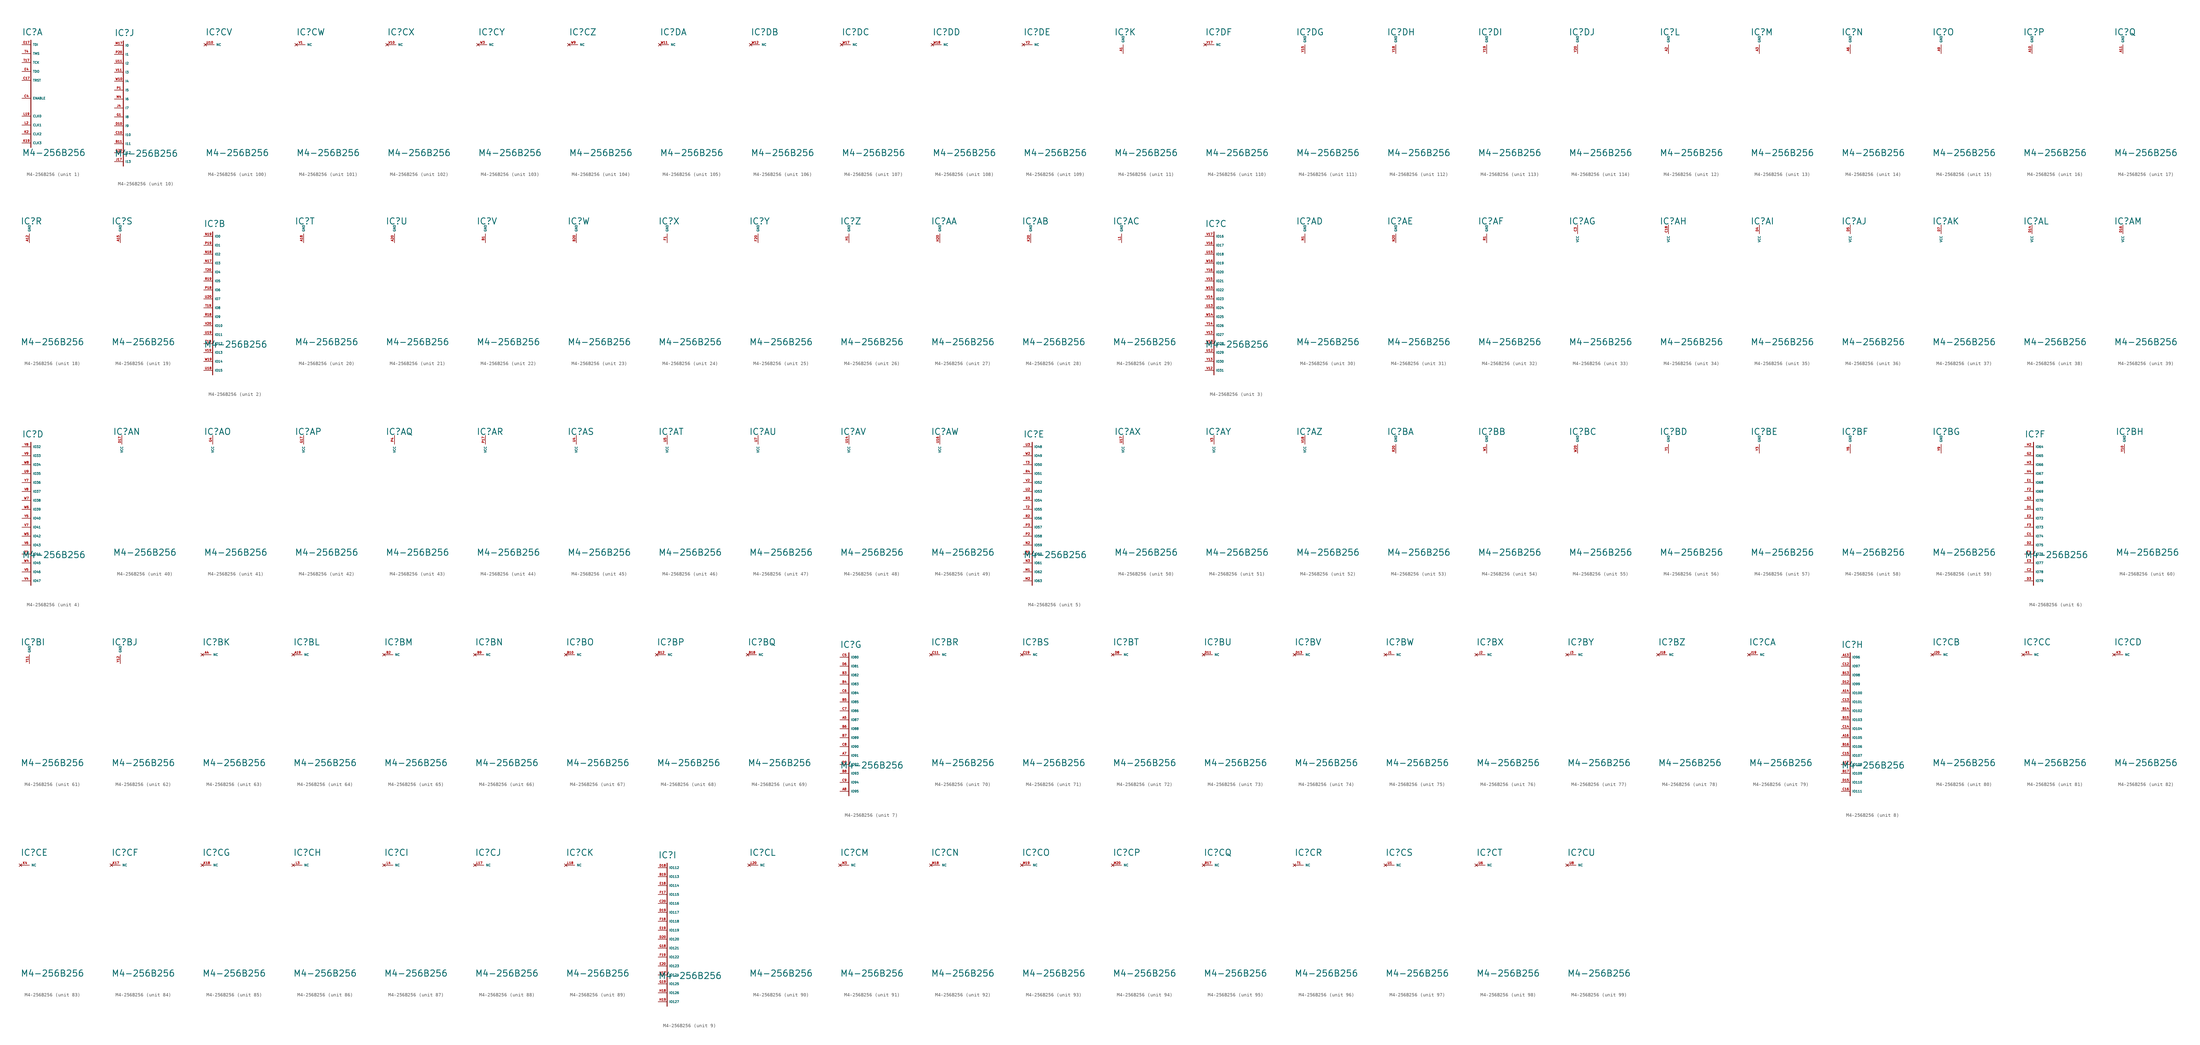
<source format=kicad_sym>
(kicad_symbol_lib
  (version 20220914)
  (generator Eagle2Kicad)
  (symbol "M4-256B256"
    (property "Reference" "IC"
      (at -2.54 2.54 0)
      (effects (font (size 1.778 1.778) (thickness 0.22)) (justify left bottom)))
    (property "Value" "M4-256B256"
      (at -2.54 -31.75 0)
      (effects (font (size 1.778 1.778) (thickness 0.22)) (justify left bottom)))
    (symbol "M4-256B256_1_0"
      (polyline (pts (xy 0 1.27) (xy 0 -29.21)) (stroke (width 0.254) (type default)) (fill (type none)))
      (pin input line (at -2.54 0 0) (length 2.54) (name "TDI" (effects (font (size 0.635 0.635) (thickness 0.08)) (justify left bottom))) (number "E17" (effects (font (size 0.635 0.635) (thickness 0.08)) (justify left bottom))))
      (pin input line (at -2.54 -2.54 0) (length 2.54) (name "TMS" (effects (font (size 0.635 0.635) (thickness 0.08)) (justify left bottom))) (number "T4" (effects (font (size 0.635 0.635) (thickness 0.08)) (justify left bottom))))
      (pin input line (at -2.54 -5.08 0) (length 2.54) (name "TCK" (effects (font (size 0.635 0.635) (thickness 0.08)) (justify left bottom))) (number "T17" (effects (font (size 0.635 0.635) (thickness 0.08)) (justify left bottom))))
      (pin input line (at -2.54 -7.62 0) (length 2.54) (name "TDO" (effects (font (size 0.635 0.635) (thickness 0.08)) (justify left bottom))) (number "E4" (effects (font (size 0.635 0.635) (thickness 0.08)) (justify left bottom))))
      (pin input line (at -2.54 -10.16 0) (length 2.54) (name "TRST" (effects (font (size 0.635 0.635) (thickness 0.08)) (justify left bottom))) (number "C17" (effects (font (size 0.635 0.635) (thickness 0.08)) (justify left bottom))))
      (pin input line (at -2.54 -15.24 0) (length 2.54) (name "ENABLE" (effects (font (size 0.635 0.635) (thickness 0.08)) (justify left bottom))) (number "C4" (effects (font (size 0.635 0.635) (thickness 0.08)) (justify left bottom))))
      (pin input line (at -2.54 -20.32 0) (length 2.54) (name "CLK0" (effects (font (size 0.635 0.635) (thickness 0.08)) (justify left bottom))) (number "L19" (effects (font (size 0.635 0.635) (thickness 0.08)) (justify left bottom))))
      (pin input line (at -2.54 -22.86 0) (length 2.54) (name "CLK1" (effects (font (size 0.635 0.635) (thickness 0.08)) (justify left bottom))) (number "L2" (effects (font (size 0.635 0.635) (thickness 0.08)) (justify left bottom))))
      (pin input line (at -2.54 -25.4 0) (length 2.54) (name "CLK2" (effects (font (size 0.635 0.635) (thickness 0.08)) (justify left bottom))) (number "K2" (effects (font (size 0.635 0.635) (thickness 0.08)) (justify left bottom))))
      (pin input line (at -2.54 -27.94 0) (length 2.54) (name "CLK3" (effects (font (size 0.635 0.635) (thickness 0.08)) (justify left bottom))) (number "K19" (effects (font (size 0.635 0.635) (thickness 0.08)) (justify left bottom)))))
    (symbol "M4-256B256_2_0"
      (polyline (pts (xy 0 1.27) (xy 0 -39.37)) (stroke (width 0.254) (type default)) (fill (type none)))
      (pin bidirectional line (at -2.54 0 0) (length 2.54) (name "IO0" (effects (font (size 0.635 0.635) (thickness 0.08)) (justify left bottom))) (number "N19" (effects (font (size 0.635 0.635) (thickness 0.08)) (justify left bottom))))
      (pin bidirectional line (at -2.54 -2.54 0) (length 2.54) (name "IO1" (effects (font (size 0.635 0.635) (thickness 0.08)) (justify left bottom))) (number "P19" (effects (font (size 0.635 0.635) (thickness 0.08)) (justify left bottom))))
      (pin bidirectional line (at -2.54 -5.08 0) (length 2.54) (name "IO2" (effects (font (size 0.635 0.635) (thickness 0.08)) (justify left bottom))) (number "N18" (effects (font (size 0.635 0.635) (thickness 0.08)) (justify left bottom))))
      (pin bidirectional line (at -2.54 -7.62 0) (length 2.54) (name "IO3" (effects (font (size 0.635 0.635) (thickness 0.08)) (justify left bottom))) (number "N17" (effects (font (size 0.635 0.635) (thickness 0.08)) (justify left bottom))))
      (pin bidirectional line (at -2.54 -10.16 0) (length 2.54) (name "IO4" (effects (font (size 0.635 0.635) (thickness 0.08)) (justify left bottom))) (number "T20" (effects (font (size 0.635 0.635) (thickness 0.08)) (justify left bottom))))
      (pin bidirectional line (at -2.54 -12.7 0) (length 2.54) (name "IO5" (effects (font (size 0.635 0.635) (thickness 0.08)) (justify left bottom))) (number "R19" (effects (font (size 0.635 0.635) (thickness 0.08)) (justify left bottom))))
      (pin bidirectional line (at -2.54 -15.24 0) (length 2.54) (name "IO6" (effects (font (size 0.635 0.635) (thickness 0.08)) (justify left bottom))) (number "P18" (effects (font (size 0.635 0.635) (thickness 0.08)) (justify left bottom))))
      (pin bidirectional line (at -2.54 -17.78 0) (length 2.54) (name "IO7" (effects (font (size 0.635 0.635) (thickness 0.08)) (justify left bottom))) (number "U20" (effects (font (size 0.635 0.635) (thickness 0.08)) (justify left bottom))))
      (pin bidirectional line (at -2.54 -20.32 0) (length 2.54) (name "IO8" (effects (font (size 0.635 0.635) (thickness 0.08)) (justify left bottom))) (number "T19" (effects (font (size 0.635 0.635) (thickness 0.08)) (justify left bottom))))
      (pin bidirectional line (at -2.54 -22.86 0) (length 2.54) (name "IO9" (effects (font (size 0.635 0.635) (thickness 0.08)) (justify left bottom))) (number "R18" (effects (font (size 0.635 0.635) (thickness 0.08)) (justify left bottom))))
      (pin bidirectional line (at -2.54 -25.4 0) (length 2.54) (name "IO10" (effects (font (size 0.635 0.635) (thickness 0.08)) (justify left bottom))) (number "V20" (effects (font (size 0.635 0.635) (thickness 0.08)) (justify left bottom))))
      (pin bidirectional line (at -2.54 -27.94 0) (length 2.54) (name "IO11" (effects (font (size 0.635 0.635) (thickness 0.08)) (justify left bottom))) (number "U19" (effects (font (size 0.635 0.635) (thickness 0.08)) (justify left bottom))))
      (pin bidirectional line (at -2.54 -30.48 0) (length 2.54) (name "IO12" (effects (font (size 0.635 0.635) (thickness 0.08)) (justify left bottom))) (number "T18" (effects (font (size 0.635 0.635) (thickness 0.08)) (justify left bottom))))
      (pin bidirectional line (at -2.54 -33.02 0) (length 2.54) (name "IO13" (effects (font (size 0.635 0.635) (thickness 0.08)) (justify left bottom))) (number "V19" (effects (font (size 0.635 0.635) (thickness 0.08)) (justify left bottom))))
      (pin bidirectional line (at -2.54 -35.56 0) (length 2.54) (name "IO14" (effects (font (size 0.635 0.635) (thickness 0.08)) (justify left bottom))) (number "W19" (effects (font (size 0.635 0.635) (thickness 0.08)) (justify left bottom))))
      (pin bidirectional line (at -2.54 -38.1 0) (length 2.54) (name "IO15" (effects (font (size 0.635 0.635) (thickness 0.08)) (justify left bottom))) (number "U18" (effects (font (size 0.635 0.635) (thickness 0.08)) (justify left bottom)))))
    (symbol "M4-256B256_3_0"
      (polyline (pts (xy 0 1.27) (xy 0 -39.37)) (stroke (width 0.254) (type default)) (fill (type none)))
      (pin bidirectional line (at -2.54 0 0) (length 2.54) (name "IO16" (effects (font (size 0.635 0.635) (thickness 0.08)) (justify left bottom))) (number "V17" (effects (font (size 0.635 0.635) (thickness 0.08)) (justify left bottom))))
      (pin bidirectional line (at -2.54 -2.54 0) (length 2.54) (name "IO17" (effects (font (size 0.635 0.635) (thickness 0.08)) (justify left bottom))) (number "V16" (effects (font (size 0.635 0.635) (thickness 0.08)) (justify left bottom))))
      (pin bidirectional line (at -2.54 -5.08 0) (length 2.54) (name "IO18" (effects (font (size 0.635 0.635) (thickness 0.08)) (justify left bottom))) (number "U15" (effects (font (size 0.635 0.635) (thickness 0.08)) (justify left bottom))))
      (pin bidirectional line (at -2.54 -7.62 0) (length 2.54) (name "IO19" (effects (font (size 0.635 0.635) (thickness 0.08)) (justify left bottom))) (number "W16" (effects (font (size 0.635 0.635) (thickness 0.08)) (justify left bottom))))
      (pin bidirectional line (at -2.54 -10.16 0) (length 2.54) (name "IO20" (effects (font (size 0.635 0.635) (thickness 0.08)) (justify left bottom))) (number "Y16" (effects (font (size 0.635 0.635) (thickness 0.08)) (justify left bottom))))
      (pin bidirectional line (at -2.54 -12.7 0) (length 2.54) (name "IO21" (effects (font (size 0.635 0.635) (thickness 0.08)) (justify left bottom))) (number "V15" (effects (font (size 0.635 0.635) (thickness 0.08)) (justify left bottom))))
      (pin bidirectional line (at -2.54 -15.24 0) (length 2.54) (name "IO22" (effects (font (size 0.635 0.635) (thickness 0.08)) (justify left bottom))) (number "W15" (effects (font (size 0.635 0.635) (thickness 0.08)) (justify left bottom))))
      (pin bidirectional line (at -2.54 -17.78 0) (length 2.54) (name "IO23" (effects (font (size 0.635 0.635) (thickness 0.08)) (justify left bottom))) (number "V14" (effects (font (size 0.635 0.635) (thickness 0.08)) (justify left bottom))))
      (pin bidirectional line (at -2.54 -20.32 0) (length 2.54) (name "IO24" (effects (font (size 0.635 0.635) (thickness 0.08)) (justify left bottom))) (number "U13" (effects (font (size 0.635 0.635) (thickness 0.08)) (justify left bottom))))
      (pin bidirectional line (at -2.54 -22.86 0) (length 2.54) (name "IO25" (effects (font (size 0.635 0.635) (thickness 0.08)) (justify left bottom))) (number "W14" (effects (font (size 0.635 0.635) (thickness 0.08)) (justify left bottom))))
      (pin bidirectional line (at -2.54 -25.4 0) (length 2.54) (name "IO26" (effects (font (size 0.635 0.635) (thickness 0.08)) (justify left bottom))) (number "Y14" (effects (font (size 0.635 0.635) (thickness 0.08)) (justify left bottom))))
      (pin bidirectional line (at -2.54 -27.94 0) (length 2.54) (name "IO27" (effects (font (size 0.635 0.635) (thickness 0.08)) (justify left bottom))) (number "V13" (effects (font (size 0.635 0.635) (thickness 0.08)) (justify left bottom))))
      (pin bidirectional line (at -2.54 -30.48 0) (length 2.54) (name "IO28" (effects (font (size 0.635 0.635) (thickness 0.08)) (justify left bottom))) (number "W13" (effects (font (size 0.635 0.635) (thickness 0.08)) (justify left bottom))))
      (pin bidirectional line (at -2.54 -33.02 0) (length 2.54) (name "IO29" (effects (font (size 0.635 0.635) (thickness 0.08)) (justify left bottom))) (number "U12" (effects (font (size 0.635 0.635) (thickness 0.08)) (justify left bottom))))
      (pin bidirectional line (at -2.54 -35.56 0) (length 2.54) (name "IO30" (effects (font (size 0.635 0.635) (thickness 0.08)) (justify left bottom))) (number "Y13" (effects (font (size 0.635 0.635) (thickness 0.08)) (justify left bottom))))
      (pin bidirectional line (at -2.54 -38.1 0) (length 2.54) (name "IO31" (effects (font (size 0.635 0.635) (thickness 0.08)) (justify left bottom))) (number "V12" (effects (font (size 0.635 0.635) (thickness 0.08)) (justify left bottom)))))
    (symbol "M4-256B256_4_0"
      (polyline (pts (xy 0 1.27) (xy 0 -39.37)) (stroke (width 0.254) (type default)) (fill (type none)))
      (pin bidirectional line (at -2.54 0 0) (length 2.54) (name "IO32" (effects (font (size 0.635 0.635) (thickness 0.08)) (justify left bottom))) (number "Y8" (effects (font (size 0.635 0.635) (thickness 0.08)) (justify left bottom))))
      (pin bidirectional line (at -2.54 -2.54 0) (length 2.54) (name "IO33" (effects (font (size 0.635 0.635) (thickness 0.08)) (justify left bottom))) (number "V9" (effects (font (size 0.635 0.635) (thickness 0.08)) (justify left bottom))))
      (pin bidirectional line (at -2.54 -5.08 0) (length 2.54) (name "IO34" (effects (font (size 0.635 0.635) (thickness 0.08)) (justify left bottom))) (number "W8" (effects (font (size 0.635 0.635) (thickness 0.08)) (justify left bottom))))
      (pin bidirectional line (at -2.54 -7.62 0) (length 2.54) (name "IO35" (effects (font (size 0.635 0.635) (thickness 0.08)) (justify left bottom))) (number "U9" (effects (font (size 0.635 0.635) (thickness 0.08)) (justify left bottom))))
      (pin bidirectional line (at -2.54 -10.16 0) (length 2.54) (name "IO36" (effects (font (size 0.635 0.635) (thickness 0.08)) (justify left bottom))) (number "Y7" (effects (font (size 0.635 0.635) (thickness 0.08)) (justify left bottom))))
      (pin bidirectional line (at -2.54 -12.7 0) (length 2.54) (name "IO37" (effects (font (size 0.635 0.635) (thickness 0.08)) (justify left bottom))) (number "V8" (effects (font (size 0.635 0.635) (thickness 0.08)) (justify left bottom))))
      (pin bidirectional line (at -2.54 -15.24 0) (length 2.54) (name "IO38" (effects (font (size 0.635 0.635) (thickness 0.08)) (justify left bottom))) (number "W7" (effects (font (size 0.635 0.635) (thickness 0.08)) (justify left bottom))))
      (pin bidirectional line (at -2.54 -17.78 0) (length 2.54) (name "IO39" (effects (font (size 0.635 0.635) (thickness 0.08)) (justify left bottom))) (number "W6" (effects (font (size 0.635 0.635) (thickness 0.08)) (justify left bottom))))
      (pin bidirectional line (at -2.54 -20.32 0) (length 2.54) (name "IO40" (effects (font (size 0.635 0.635) (thickness 0.08)) (justify left bottom))) (number "Y5" (effects (font (size 0.635 0.635) (thickness 0.08)) (justify left bottom))))
      (pin bidirectional line (at -2.54 -22.86 0) (length 2.54) (name "IO41" (effects (font (size 0.635 0.635) (thickness 0.08)) (justify left bottom))) (number "V7" (effects (font (size 0.635 0.635) (thickness 0.08)) (justify left bottom))))
      (pin bidirectional line (at -2.54 -25.4 0) (length 2.54) (name "IO42" (effects (font (size 0.635 0.635) (thickness 0.08)) (justify left bottom))) (number "W5" (effects (font (size 0.635 0.635) (thickness 0.08)) (justify left bottom))))
      (pin bidirectional line (at -2.54 -27.94 0) (length 2.54) (name "IO43" (effects (font (size 0.635 0.635) (thickness 0.08)) (justify left bottom))) (number "V6" (effects (font (size 0.635 0.635) (thickness 0.08)) (justify left bottom))))
      (pin bidirectional line (at -2.54 -30.48 0) (length 2.54) (name "IO44" (effects (font (size 0.635 0.635) (thickness 0.08)) (justify left bottom))) (number "Y4" (effects (font (size 0.635 0.635) (thickness 0.08)) (justify left bottom))))
      (pin bidirectional line (at -2.54 -33.02 0) (length 2.54) (name "IO45" (effects (font (size 0.635 0.635) (thickness 0.08)) (justify left bottom))) (number "W4" (effects (font (size 0.635 0.635) (thickness 0.08)) (justify left bottom))))
      (pin bidirectional line (at -2.54 -35.56 0) (length 2.54) (name "IO46" (effects (font (size 0.635 0.635) (thickness 0.08)) (justify left bottom))) (number "V5" (effects (font (size 0.635 0.635) (thickness 0.08)) (justify left bottom))))
      (pin bidirectional line (at -2.54 -38.1 0) (length 2.54) (name "IO47" (effects (font (size 0.635 0.635) (thickness 0.08)) (justify left bottom))) (number "V4" (effects (font (size 0.635 0.635) (thickness 0.08)) (justify left bottom)))))
    (symbol "M4-256B256_5_0"
      (polyline (pts (xy 0 1.27) (xy 0 -39.37)) (stroke (width 0.254) (type default)) (fill (type none)))
      (pin bidirectional line (at -2.54 0 0) (length 2.54) (name "IO48" (effects (font (size 0.635 0.635) (thickness 0.08)) (justify left bottom))) (number "U3" (effects (font (size 0.635 0.635) (thickness 0.08)) (justify left bottom))))
      (pin bidirectional line (at -2.54 -2.54 0) (length 2.54) (name "IO49" (effects (font (size 0.635 0.635) (thickness 0.08)) (justify left bottom))) (number "W2" (effects (font (size 0.635 0.635) (thickness 0.08)) (justify left bottom))))
      (pin bidirectional line (at -2.54 -5.08 0) (length 2.54) (name "IO50" (effects (font (size 0.635 0.635) (thickness 0.08)) (justify left bottom))) (number "T3" (effects (font (size 0.635 0.635) (thickness 0.08)) (justify left bottom))))
      (pin bidirectional line (at -2.54 -7.62 0) (length 2.54) (name "IO51" (effects (font (size 0.635 0.635) (thickness 0.08)) (justify left bottom))) (number "R4" (effects (font (size 0.635 0.635) (thickness 0.08)) (justify left bottom))))
      (pin bidirectional line (at -2.54 -10.16 0) (length 2.54) (name "IO52" (effects (font (size 0.635 0.635) (thickness 0.08)) (justify left bottom))) (number "V2" (effects (font (size 0.635 0.635) (thickness 0.08)) (justify left bottom))))
      (pin bidirectional line (at -2.54 -12.7 0) (length 2.54) (name "IO53" (effects (font (size 0.635 0.635) (thickness 0.08)) (justify left bottom))) (number "U2" (effects (font (size 0.635 0.635) (thickness 0.08)) (justify left bottom))))
      (pin bidirectional line (at -2.54 -15.24 0) (length 2.54) (name "IO54" (effects (font (size 0.635 0.635) (thickness 0.08)) (justify left bottom))) (number "R3" (effects (font (size 0.635 0.635) (thickness 0.08)) (justify left bottom))))
      (pin bidirectional line (at -2.54 -17.78 0) (length 2.54) (name "IO55" (effects (font (size 0.635 0.635) (thickness 0.08)) (justify left bottom))) (number "T2" (effects (font (size 0.635 0.635) (thickness 0.08)) (justify left bottom))))
      (pin bidirectional line (at -2.54 -20.32 0) (length 2.54) (name "IO56" (effects (font (size 0.635 0.635) (thickness 0.08)) (justify left bottom))) (number "R2" (effects (font (size 0.635 0.635) (thickness 0.08)) (justify left bottom))))
      (pin bidirectional line (at -2.54 -22.86 0) (length 2.54) (name "IO57" (effects (font (size 0.635 0.635) (thickness 0.08)) (justify left bottom))) (number "P3" (effects (font (size 0.635 0.635) (thickness 0.08)) (justify left bottom))))
      (pin bidirectional line (at -2.54 -25.4 0) (length 2.54) (name "IO58" (effects (font (size 0.635 0.635) (thickness 0.08)) (justify left bottom))) (number "P2" (effects (font (size 0.635 0.635) (thickness 0.08)) (justify left bottom))))
      (pin bidirectional line (at -2.54 -27.94 0) (length 2.54) (name "IO59" (effects (font (size 0.635 0.635) (thickness 0.08)) (justify left bottom))) (number "N2" (effects (font (size 0.635 0.635) (thickness 0.08)) (justify left bottom))))
      (pin bidirectional line (at -2.54 -30.48 0) (length 2.54) (name "IO60" (effects (font (size 0.635 0.635) (thickness 0.08)) (justify left bottom))) (number "N4" (effects (font (size 0.635 0.635) (thickness 0.08)) (justify left bottom))))
      (pin bidirectional line (at -2.54 -33.02 0) (length 2.54) (name "IO61" (effects (font (size 0.635 0.635) (thickness 0.08)) (justify left bottom))) (number "N3" (effects (font (size 0.635 0.635) (thickness 0.08)) (justify left bottom))))
      (pin bidirectional line (at -2.54 -35.56 0) (length 2.54) (name "IO62" (effects (font (size 0.635 0.635) (thickness 0.08)) (justify left bottom))) (number "M1" (effects (font (size 0.635 0.635) (thickness 0.08)) (justify left bottom))))
      (pin bidirectional line (at -2.54 -38.1 0) (length 2.54) (name "IO63" (effects (font (size 0.635 0.635) (thickness 0.08)) (justify left bottom))) (number "M2" (effects (font (size 0.635 0.635) (thickness 0.08)) (justify left bottom)))))
    (symbol "M4-256B256_6_0"
      (polyline (pts (xy 0 1.27) (xy 0 -39.37)) (stroke (width 0.254) (type default)) (fill (type none)))
      (pin bidirectional line (at -2.54 0 0) (length 2.54) (name "IO64" (effects (font (size 0.635 0.635) (thickness 0.08)) (justify left bottom))) (number "H2" (effects (font (size 0.635 0.635) (thickness 0.08)) (justify left bottom))))
      (pin bidirectional line (at -2.54 -2.54 0) (length 2.54) (name "IO65" (effects (font (size 0.635 0.635) (thickness 0.08)) (justify left bottom))) (number "G2" (effects (font (size 0.635 0.635) (thickness 0.08)) (justify left bottom))))
      (pin bidirectional line (at -2.54 -5.08 0) (length 2.54) (name "IO66" (effects (font (size 0.635 0.635) (thickness 0.08)) (justify left bottom))) (number "H3" (effects (font (size 0.635 0.635) (thickness 0.08)) (justify left bottom))))
      (pin bidirectional line (at -2.54 -7.62 0) (length 2.54) (name "IO67" (effects (font (size 0.635 0.635) (thickness 0.08)) (justify left bottom))) (number "H4" (effects (font (size 0.635 0.635) (thickness 0.08)) (justify left bottom))))
      (pin bidirectional line (at -2.54 -10.16 0) (length 2.54) (name "IO68" (effects (font (size 0.635 0.635) (thickness 0.08)) (justify left bottom))) (number "E1" (effects (font (size 0.635 0.635) (thickness 0.08)) (justify left bottom))))
      (pin bidirectional line (at -2.54 -12.7 0) (length 2.54) (name "IO69" (effects (font (size 0.635 0.635) (thickness 0.08)) (justify left bottom))) (number "F2" (effects (font (size 0.635 0.635) (thickness 0.08)) (justify left bottom))))
      (pin bidirectional line (at -2.54 -15.24 0) (length 2.54) (name "IO70" (effects (font (size 0.635 0.635) (thickness 0.08)) (justify left bottom))) (number "G3" (effects (font (size 0.635 0.635) (thickness 0.08)) (justify left bottom))))
      (pin bidirectional line (at -2.54 -17.78 0) (length 2.54) (name "IO71" (effects (font (size 0.635 0.635) (thickness 0.08)) (justify left bottom))) (number "D1" (effects (font (size 0.635 0.635) (thickness 0.08)) (justify left bottom))))
      (pin bidirectional line (at -2.54 -20.32 0) (length 2.54) (name "IO72" (effects (font (size 0.635 0.635) (thickness 0.08)) (justify left bottom))) (number "E2" (effects (font (size 0.635 0.635) (thickness 0.08)) (justify left bottom))))
      (pin bidirectional line (at -2.54 -22.86 0) (length 2.54) (name "IO73" (effects (font (size 0.635 0.635) (thickness 0.08)) (justify left bottom))) (number "F3" (effects (font (size 0.635 0.635) (thickness 0.08)) (justify left bottom))))
      (pin bidirectional line (at -2.54 -25.4 0) (length 2.54) (name "IO74" (effects (font (size 0.635 0.635) (thickness 0.08)) (justify left bottom))) (number "C1" (effects (font (size 0.635 0.635) (thickness 0.08)) (justify left bottom))))
      (pin bidirectional line (at -2.54 -27.94 0) (length 2.54) (name "IO75" (effects (font (size 0.635 0.635) (thickness 0.08)) (justify left bottom))) (number "D2" (effects (font (size 0.635 0.635) (thickness 0.08)) (justify left bottom))))
      (pin bidirectional line (at -2.54 -30.48 0) (length 2.54) (name "IO76" (effects (font (size 0.635 0.635) (thickness 0.08)) (justify left bottom))) (number "F4" (effects (font (size 0.635 0.635) (thickness 0.08)) (justify left bottom))))
      (pin bidirectional line (at -2.54 -33.02 0) (length 2.54) (name "IO77" (effects (font (size 0.635 0.635) (thickness 0.08)) (justify left bottom))) (number "E3" (effects (font (size 0.635 0.635) (thickness 0.08)) (justify left bottom))))
      (pin bidirectional line (at -2.54 -35.56 0) (length 2.54) (name "IO78" (effects (font (size 0.635 0.635) (thickness 0.08)) (justify left bottom))) (number "C2" (effects (font (size 0.635 0.635) (thickness 0.08)) (justify left bottom))))
      (pin bidirectional line (at -2.54 -38.1 0) (length 2.54) (name "IO79" (effects (font (size 0.635 0.635) (thickness 0.08)) (justify left bottom))) (number "D3" (effects (font (size 0.635 0.635) (thickness 0.08)) (justify left bottom)))))
    (symbol "M4-256B256_7_0"
      (polyline (pts (xy 0 1.27) (xy 0 -39.37)) (stroke (width 0.254) (type default)) (fill (type none)))
      (pin bidirectional line (at -2.54 0 0) (length 2.54) (name "IO80" (effects (font (size 0.635 0.635) (thickness 0.08)) (justify left bottom))) (number "C5" (effects (font (size 0.635 0.635) (thickness 0.08)) (justify left bottom))))
      (pin bidirectional line (at -2.54 -2.54 0) (length 2.54) (name "IO81" (effects (font (size 0.635 0.635) (thickness 0.08)) (justify left bottom))) (number "D6" (effects (font (size 0.635 0.635) (thickness 0.08)) (justify left bottom))))
      (pin bidirectional line (at -2.54 -5.08 0) (length 2.54) (name "IO82" (effects (font (size 0.635 0.635) (thickness 0.08)) (justify left bottom))) (number "B3" (effects (font (size 0.635 0.635) (thickness 0.08)) (justify left bottom))))
      (pin bidirectional line (at -2.54 -7.62 0) (length 2.54) (name "IO83" (effects (font (size 0.635 0.635) (thickness 0.08)) (justify left bottom))) (number "B4" (effects (font (size 0.635 0.635) (thickness 0.08)) (justify left bottom))))
      (pin bidirectional line (at -2.54 -10.16 0) (length 2.54) (name "IO84" (effects (font (size 0.635 0.635) (thickness 0.08)) (justify left bottom))) (number "C6" (effects (font (size 0.635 0.635) (thickness 0.08)) (justify left bottom))))
      (pin bidirectional line (at -2.54 -12.7 0) (length 2.54) (name "IO85" (effects (font (size 0.635 0.635) (thickness 0.08)) (justify left bottom))) (number "B5" (effects (font (size 0.635 0.635) (thickness 0.08)) (justify left bottom))))
      (pin bidirectional line (at -2.54 -15.24 0) (length 2.54) (name "IO86" (effects (font (size 0.635 0.635) (thickness 0.08)) (justify left bottom))) (number "C7" (effects (font (size 0.635 0.635) (thickness 0.08)) (justify left bottom))))
      (pin bidirectional line (at -2.54 -17.78 0) (length 2.54) (name "IO87" (effects (font (size 0.635 0.635) (thickness 0.08)) (justify left bottom))) (number "A5" (effects (font (size 0.635 0.635) (thickness 0.08)) (justify left bottom))))
      (pin bidirectional line (at -2.54 -20.32 0) (length 2.54) (name "IO88" (effects (font (size 0.635 0.635) (thickness 0.08)) (justify left bottom))) (number "B6" (effects (font (size 0.635 0.635) (thickness 0.08)) (justify left bottom))))
      (pin bidirectional line (at -2.54 -22.86 0) (length 2.54) (name "IO89" (effects (font (size 0.635 0.635) (thickness 0.08)) (justify left bottom))) (number "B7" (effects (font (size 0.635 0.635) (thickness 0.08)) (justify left bottom))))
      (pin bidirectional line (at -2.54 -25.4 0) (length 2.54) (name "IO90" (effects (font (size 0.635 0.635) (thickness 0.08)) (justify left bottom))) (number "C8" (effects (font (size 0.635 0.635) (thickness 0.08)) (justify left bottom))))
      (pin bidirectional line (at -2.54 -27.94 0) (length 2.54) (name "IO91" (effects (font (size 0.635 0.635) (thickness 0.08)) (justify left bottom))) (number "A7" (effects (font (size 0.635 0.635) (thickness 0.08)) (justify left bottom))))
      (pin bidirectional line (at -2.54 -30.48 0) (length 2.54) (name "IO92" (effects (font (size 0.635 0.635) (thickness 0.08)) (justify left bottom))) (number "D9" (effects (font (size 0.635 0.635) (thickness 0.08)) (justify left bottom))))
      (pin bidirectional line (at -2.54 -33.02 0) (length 2.54) (name "IO93" (effects (font (size 0.635 0.635) (thickness 0.08)) (justify left bottom))) (number "B8" (effects (font (size 0.635 0.635) (thickness 0.08)) (justify left bottom))))
      (pin bidirectional line (at -2.54 -35.56 0) (length 2.54) (name "IO94" (effects (font (size 0.635 0.635) (thickness 0.08)) (justify left bottom))) (number "C9" (effects (font (size 0.635 0.635) (thickness 0.08)) (justify left bottom))))
      (pin bidirectional line (at -2.54 -38.1 0) (length 2.54) (name "IO95" (effects (font (size 0.635 0.635) (thickness 0.08)) (justify left bottom))) (number "A8" (effects (font (size 0.635 0.635) (thickness 0.08)) (justify left bottom)))))
    (symbol "M4-256B256_8_0"
      (polyline (pts (xy 0 1.27) (xy 0 -39.37)) (stroke (width 0.254) (type default)) (fill (type none)))
      (pin bidirectional line (at -2.54 0 0) (length 2.54) (name "IO96" (effects (font (size 0.635 0.635) (thickness 0.08)) (justify left bottom))) (number "A13" (effects (font (size 0.635 0.635) (thickness 0.08)) (justify left bottom))))
      (pin bidirectional line (at -2.54 -2.54 0) (length 2.54) (name "IO97" (effects (font (size 0.635 0.635) (thickness 0.08)) (justify left bottom))) (number "C12" (effects (font (size 0.635 0.635) (thickness 0.08)) (justify left bottom))))
      (pin bidirectional line (at -2.54 -5.08 0) (length 2.54) (name "IO98" (effects (font (size 0.635 0.635) (thickness 0.08)) (justify left bottom))) (number "B13" (effects (font (size 0.635 0.635) (thickness 0.08)) (justify left bottom))))
      (pin bidirectional line (at -2.54 -7.62 0) (length 2.54) (name "IO99" (effects (font (size 0.635 0.635) (thickness 0.08)) (justify left bottom))) (number "D12" (effects (font (size 0.635 0.635) (thickness 0.08)) (justify left bottom))))
      (pin bidirectional line (at -2.54 -10.16 0) (length 2.54) (name "IO100" (effects (font (size 0.635 0.635) (thickness 0.08)) (justify left bottom))) (number "A14" (effects (font (size 0.635 0.635) (thickness 0.08)) (justify left bottom))))
      (pin bidirectional line (at -2.54 -12.7 0) (length 2.54) (name "IO101" (effects (font (size 0.635 0.635) (thickness 0.08)) (justify left bottom))) (number "C13" (effects (font (size 0.635 0.635) (thickness 0.08)) (justify left bottom))))
      (pin bidirectional line (at -2.54 -15.24 0) (length 2.54) (name "IO102" (effects (font (size 0.635 0.635) (thickness 0.08)) (justify left bottom))) (number "B14" (effects (font (size 0.635 0.635) (thickness 0.08)) (justify left bottom))))
      (pin bidirectional line (at -2.54 -17.78 0) (length 2.54) (name "IO103" (effects (font (size 0.635 0.635) (thickness 0.08)) (justify left bottom))) (number "B15" (effects (font (size 0.635 0.635) (thickness 0.08)) (justify left bottom))))
      (pin bidirectional line (at -2.54 -20.32 0) (length 2.54) (name "IO104" (effects (font (size 0.635 0.635) (thickness 0.08)) (justify left bottom))) (number "C14" (effects (font (size 0.635 0.635) (thickness 0.08)) (justify left bottom))))
      (pin bidirectional line (at -2.54 -22.86 0) (length 2.54) (name "IO105" (effects (font (size 0.635 0.635) (thickness 0.08)) (justify left bottom))) (number "A16" (effects (font (size 0.635 0.635) (thickness 0.08)) (justify left bottom))))
      (pin bidirectional line (at -2.54 -25.4 0) (length 2.54) (name "IO106" (effects (font (size 0.635 0.635) (thickness 0.08)) (justify left bottom))) (number "B16" (effects (font (size 0.635 0.635) (thickness 0.08)) (justify left bottom))))
      (pin bidirectional line (at -2.54 -27.94 0) (length 2.54) (name "IO107" (effects (font (size 0.635 0.635) (thickness 0.08)) (justify left bottom))) (number "C15" (effects (font (size 0.635 0.635) (thickness 0.08)) (justify left bottom))))
      (pin bidirectional line (at -2.54 -30.48 0) (length 2.54) (name "IO108" (effects (font (size 0.635 0.635) (thickness 0.08)) (justify left bottom))) (number "A17" (effects (font (size 0.635 0.635) (thickness 0.08)) (justify left bottom))))
      (pin bidirectional line (at -2.54 -33.02 0) (length 2.54) (name "IO109" (effects (font (size 0.635 0.635) (thickness 0.08)) (justify left bottom))) (number "B17" (effects (font (size 0.635 0.635) (thickness 0.08)) (justify left bottom))))
      (pin bidirectional line (at -2.54 -35.56 0) (length 2.54) (name "IO110" (effects (font (size 0.635 0.635) (thickness 0.08)) (justify left bottom))) (number "D15" (effects (font (size 0.635 0.635) (thickness 0.08)) (justify left bottom))))
      (pin bidirectional line (at -2.54 -38.1 0) (length 2.54) (name "IO111" (effects (font (size 0.635 0.635) (thickness 0.08)) (justify left bottom))) (number "C16" (effects (font (size 0.635 0.635) (thickness 0.08)) (justify left bottom)))))
    (symbol "M4-256B256_9_0"
      (polyline (pts (xy 0 1.27) (xy 0 -39.37)) (stroke (width 0.254) (type default)) (fill (type none)))
      (pin bidirectional line (at -2.54 0 0) (length 2.54) (name "IO112" (effects (font (size 0.635 0.635) (thickness 0.08)) (justify left bottom))) (number "D18" (effects (font (size 0.635 0.635) (thickness 0.08)) (justify left bottom))))
      (pin bidirectional line (at -2.54 -2.54 0) (length 2.54) (name "IO113" (effects (font (size 0.635 0.635) (thickness 0.08)) (justify left bottom))) (number "B19" (effects (font (size 0.635 0.635) (thickness 0.08)) (justify left bottom))))
      (pin bidirectional line (at -2.54 -5.08 0) (length 2.54) (name "IO114" (effects (font (size 0.635 0.635) (thickness 0.08)) (justify left bottom))) (number "E18" (effects (font (size 0.635 0.635) (thickness 0.08)) (justify left bottom))))
      (pin bidirectional line (at -2.54 -7.62 0) (length 2.54) (name "IO115" (effects (font (size 0.635 0.635) (thickness 0.08)) (justify left bottom))) (number "F17" (effects (font (size 0.635 0.635) (thickness 0.08)) (justify left bottom))))
      (pin bidirectional line (at -2.54 -10.16 0) (length 2.54) (name "IO116" (effects (font (size 0.635 0.635) (thickness 0.08)) (justify left bottom))) (number "C20" (effects (font (size 0.635 0.635) (thickness 0.08)) (justify left bottom))))
      (pin bidirectional line (at -2.54 -12.7 0) (length 2.54) (name "IO117" (effects (font (size 0.635 0.635) (thickness 0.08)) (justify left bottom))) (number "D19" (effects (font (size 0.635 0.635) (thickness 0.08)) (justify left bottom))))
      (pin bidirectional line (at -2.54 -15.24 0) (length 2.54) (name "IO118" (effects (font (size 0.635 0.635) (thickness 0.08)) (justify left bottom))) (number "F18" (effects (font (size 0.635 0.635) (thickness 0.08)) (justify left bottom))))
      (pin bidirectional line (at -2.54 -17.78 0) (length 2.54) (name "IO119" (effects (font (size 0.635 0.635) (thickness 0.08)) (justify left bottom))) (number "E19" (effects (font (size 0.635 0.635) (thickness 0.08)) (justify left bottom))))
      (pin bidirectional line (at -2.54 -20.32 0) (length 2.54) (name "IO120" (effects (font (size 0.635 0.635) (thickness 0.08)) (justify left bottom))) (number "D20" (effects (font (size 0.635 0.635) (thickness 0.08)) (justify left bottom))))
      (pin bidirectional line (at -2.54 -22.86 0) (length 2.54) (name "IO121" (effects (font (size 0.635 0.635) (thickness 0.08)) (justify left bottom))) (number "G18" (effects (font (size 0.635 0.635) (thickness 0.08)) (justify left bottom))))
      (pin bidirectional line (at -2.54 -25.4 0) (length 2.54) (name "IO122" (effects (font (size 0.635 0.635) (thickness 0.08)) (justify left bottom))) (number "F19" (effects (font (size 0.635 0.635) (thickness 0.08)) (justify left bottom))))
      (pin bidirectional line (at -2.54 -27.94 0) (length 2.54) (name "IO123" (effects (font (size 0.635 0.635) (thickness 0.08)) (justify left bottom))) (number "E20" (effects (font (size 0.635 0.635) (thickness 0.08)) (justify left bottom))))
      (pin bidirectional line (at -2.54 -30.48 0) (length 2.54) (name "IO124" (effects (font (size 0.635 0.635) (thickness 0.08)) (justify left bottom))) (number "H17" (effects (font (size 0.635 0.635) (thickness 0.08)) (justify left bottom))))
      (pin bidirectional line (at -2.54 -33.02 0) (length 2.54) (name "IO125" (effects (font (size 0.635 0.635) (thickness 0.08)) (justify left bottom))) (number "G19" (effects (font (size 0.635 0.635) (thickness 0.08)) (justify left bottom))))
      (pin bidirectional line (at -2.54 -35.56 0) (length 2.54) (name "IO126" (effects (font (size 0.635 0.635) (thickness 0.08)) (justify left bottom))) (number "H18" (effects (font (size 0.635 0.635) (thickness 0.08)) (justify left bottom))))
      (pin bidirectional line (at -2.54 -38.1 0) (length 2.54) (name "IO127" (effects (font (size 0.635 0.635) (thickness 0.08)) (justify left bottom))) (number "H19" (effects (font (size 0.635 0.635) (thickness 0.08)) (justify left bottom)))))
    (symbol "M4-256B256_10_0"
      (polyline (pts (xy 0 1.27) (xy 0 -34.29)) (stroke (width 0.254) (type default)) (fill (type none)))
      (pin input line (at -2.54 0 0) (length 2.54) (name "I0" (effects (font (size 0.635 0.635) (thickness 0.08)) (justify left bottom))) (number "M17" (effects (font (size 0.635 0.635) (thickness 0.08)) (justify left bottom))))
      (pin input line (at -2.54 -2.54 0) (length 2.54) (name "I1" (effects (font (size 0.635 0.635) (thickness 0.08)) (justify left bottom))) (number "P20" (effects (font (size 0.635 0.635) (thickness 0.08)) (justify left bottom))))
      (pin input line (at -2.54 -5.08 0) (length 2.54) (name "I2" (effects (font (size 0.635 0.635) (thickness 0.08)) (justify left bottom))) (number "U11" (effects (font (size 0.635 0.635) (thickness 0.08)) (justify left bottom))))
      (pin input line (at -2.54 -7.62 0) (length 2.54) (name "I3" (effects (font (size 0.635 0.635) (thickness 0.08)) (justify left bottom))) (number "V11" (effects (font (size 0.635 0.635) (thickness 0.08)) (justify left bottom))))
      (pin input line (at -2.54 -10.16 0) (length 2.54) (name "I4" (effects (font (size 0.635 0.635) (thickness 0.08)) (justify left bottom))) (number "W10" (effects (font (size 0.635 0.635) (thickness 0.08)) (justify left bottom))))
      (pin input line (at -2.54 -12.7 0) (length 2.54) (name "I5" (effects (font (size 0.635 0.635) (thickness 0.08)) (justify left bottom))) (number "P1" (effects (font (size 0.635 0.635) (thickness 0.08)) (justify left bottom))))
      (pin input line (at -2.54 -15.24 0) (length 2.54) (name "I6" (effects (font (size 0.635 0.635) (thickness 0.08)) (justify left bottom))) (number "M4" (effects (font (size 0.635 0.635) (thickness 0.08)) (justify left bottom))))
      (pin input line (at -2.54 -17.78 0) (length 2.54) (name "I7" (effects (font (size 0.635 0.635) (thickness 0.08)) (justify left bottom))) (number "J4" (effects (font (size 0.635 0.635) (thickness 0.08)) (justify left bottom))))
      (pin input line (at -2.54 -20.32 0) (length 2.54) (name "I8" (effects (font (size 0.635 0.635) (thickness 0.08)) (justify left bottom))) (number "G1" (effects (font (size 0.635 0.635) (thickness 0.08)) (justify left bottom))))
      (pin input line (at -2.54 -22.86 0) (length 2.54) (name "I9" (effects (font (size 0.635 0.635) (thickness 0.08)) (justify left bottom))) (number "D10" (effects (font (size 0.635 0.635) (thickness 0.08)) (justify left bottom))))
      (pin input line (at -2.54 -25.4 0) (length 2.54) (name "I10" (effects (font (size 0.635 0.635) (thickness 0.08)) (justify left bottom))) (number "C10" (effects (font (size 0.635 0.635) (thickness 0.08)) (justify left bottom))))
      (pin input line (at -2.54 -27.94 0) (length 2.54) (name "I11" (effects (font (size 0.635 0.635) (thickness 0.08)) (justify left bottom))) (number "B11" (effects (font (size 0.635 0.635) (thickness 0.08)) (justify left bottom))))
      (pin input line (at -2.54 -30.48 0) (length 2.54) (name "I12" (effects (font (size 0.635 0.635) (thickness 0.08)) (justify left bottom))) (number "G20" (effects (font (size 0.635 0.635) (thickness 0.08)) (justify left bottom))))
      (pin input line (at -2.54 -33.02 0) (length 2.54) (name "I13" (effects (font (size 0.635 0.635) (thickness 0.08)) (justify left bottom))) (number "J17" (effects (font (size 0.635 0.635) (thickness 0.08)) (justify left bottom)))))
    (symbol "M4-256B256_11_0"
      (pin unspecified line (at 0 -2.54 90) (length 2.54) (name "GND" (effects (font (size 0.635 0.635) (thickness 0.08)) (justify left bottom))) (number "A1" (effects (font (size 0.635 0.635) (thickness 0.08)) (justify left bottom)))))
    (symbol "M4-256B256_12_0"
      (pin unspecified line (at 0 -2.54 90) (length 2.54) (name "GND" (effects (font (size 0.635 0.635) (thickness 0.08)) (justify left bottom))) (number "A2" (effects (font (size 0.635 0.635) (thickness 0.08)) (justify left bottom)))))
    (symbol "M4-256B256_13_0"
      (pin unspecified line (at 0 -2.54 90) (length 2.54) (name "GND" (effects (font (size 0.635 0.635) (thickness 0.08)) (justify left bottom))) (number "A3" (effects (font (size 0.635 0.635) (thickness 0.08)) (justify left bottom)))))
    (symbol "M4-256B256_14_0"
      (pin unspecified line (at 0 -2.54 90) (length 2.54) (name "GND" (effects (font (size 0.635 0.635) (thickness 0.08)) (justify left bottom))) (number "A6" (effects (font (size 0.635 0.635) (thickness 0.08)) (justify left bottom)))))
    (symbol "M4-256B256_15_0"
      (pin unspecified line (at 0 -2.54 90) (length 2.54) (name "GND" (effects (font (size 0.635 0.635) (thickness 0.08)) (justify left bottom))) (number "A9" (effects (font (size 0.635 0.635) (thickness 0.08)) (justify left bottom)))))
    (symbol "M4-256B256_16_0"
      (pin unspecified line (at 0 -2.54 90) (length 2.54) (name "GND" (effects (font (size 0.635 0.635) (thickness 0.08)) (justify left bottom))) (number "A10" (effects (font (size 0.635 0.635) (thickness 0.08)) (justify left bottom)))))
    (symbol "M4-256B256_17_0"
      (pin unspecified line (at 0 -2.54 90) (length 2.54) (name "GND" (effects (font (size 0.635 0.635) (thickness 0.08)) (justify left bottom))) (number "A11" (effects (font (size 0.635 0.635) (thickness 0.08)) (justify left bottom)))))
    (symbol "M4-256B256_18_0"
      (pin unspecified line (at 0 -2.54 90) (length 2.54) (name "GND" (effects (font (size 0.635 0.635) (thickness 0.08)) (justify left bottom))) (number "A12" (effects (font (size 0.635 0.635) (thickness 0.08)) (justify left bottom)))))
    (symbol "M4-256B256_19_0"
      (pin unspecified line (at 0 -2.54 90) (length 2.54) (name "GND" (effects (font (size 0.635 0.635) (thickness 0.08)) (justify left bottom))) (number "A15" (effects (font (size 0.635 0.635) (thickness 0.08)) (justify left bottom)))))
    (symbol "M4-256B256_20_0"
      (pin unspecified line (at 0 -2.54 90) (length 2.54) (name "GND" (effects (font (size 0.635 0.635) (thickness 0.08)) (justify left bottom))) (number "A18" (effects (font (size 0.635 0.635) (thickness 0.08)) (justify left bottom)))))
    (symbol "M4-256B256_21_0"
      (pin unspecified line (at 0 -2.54 90) (length 2.54) (name "GND" (effects (font (size 0.635 0.635) (thickness 0.08)) (justify left bottom))) (number "A20" (effects (font (size 0.635 0.635) (thickness 0.08)) (justify left bottom)))))
    (symbol "M4-256B256_22_0"
      (pin unspecified line (at 0 -2.54 90) (length 2.54) (name "GND" (effects (font (size 0.635 0.635) (thickness 0.08)) (justify left bottom))) (number "B1" (effects (font (size 0.635 0.635) (thickness 0.08)) (justify left bottom)))))
    (symbol "M4-256B256_23_0"
      (pin unspecified line (at 0 -2.54 90) (length 2.54) (name "GND" (effects (font (size 0.635 0.635) (thickness 0.08)) (justify left bottom))) (number "B20" (effects (font (size 0.635 0.635) (thickness 0.08)) (justify left bottom)))))
    (symbol "M4-256B256_24_0"
      (pin unspecified line (at 0 -2.54 90) (length 2.54) (name "GND" (effects (font (size 0.635 0.635) (thickness 0.08)) (justify left bottom))) (number "F1" (effects (font (size 0.635 0.635) (thickness 0.08)) (justify left bottom)))))
    (symbol "M4-256B256_25_0"
      (pin unspecified line (at 0 -2.54 90) (length 2.54) (name "GND" (effects (font (size 0.635 0.635) (thickness 0.08)) (justify left bottom))) (number "F20" (effects (font (size 0.635 0.635) (thickness 0.08)) (justify left bottom)))))
    (symbol "M4-256B256_26_0"
      (pin unspecified line (at 0 -2.54 90) (length 2.54) (name "GND" (effects (font (size 0.635 0.635) (thickness 0.08)) (justify left bottom))) (number "H1" (effects (font (size 0.635 0.635) (thickness 0.08)) (justify left bottom)))))
    (symbol "M4-256B256_27_0"
      (pin unspecified line (at 0 -2.54 90) (length 2.54) (name "GND" (effects (font (size 0.635 0.635) (thickness 0.08)) (justify left bottom))) (number "H20" (effects (font (size 0.635 0.635) (thickness 0.08)) (justify left bottom)))))
    (symbol "M4-256B256_28_0"
      (pin unspecified line (at 0 -2.54 90) (length 2.54) (name "GND" (effects (font (size 0.635 0.635) (thickness 0.08)) (justify left bottom))) (number "K20" (effects (font (size 0.635 0.635) (thickness 0.08)) (justify left bottom)))))
    (symbol "M4-256B256_29_0"
      (pin unspecified line (at 0 -2.54 90) (length 2.54) (name "GND" (effects (font (size 0.635 0.635) (thickness 0.08)) (justify left bottom))) (number "L1" (effects (font (size 0.635 0.635) (thickness 0.08)) (justify left bottom)))))
    (symbol "M4-256B256_30_0"
      (pin unspecified line (at 0 -2.54 90) (length 2.54) (name "GND" (effects (font (size 0.635 0.635) (thickness 0.08)) (justify left bottom))) (number "N1" (effects (font (size 0.635 0.635) (thickness 0.08)) (justify left bottom)))))
    (symbol "M4-256B256_31_0"
      (pin unspecified line (at 0 -2.54 90) (length 2.54) (name "GND" (effects (font (size 0.635 0.635) (thickness 0.08)) (justify left bottom))) (number "N20" (effects (font (size 0.635 0.635) (thickness 0.08)) (justify left bottom)))))
    (symbol "M4-256B256_32_0"
      (pin unspecified line (at 0 -2.54 90) (length 2.54) (name "GND" (effects (font (size 0.635 0.635) (thickness 0.08)) (justify left bottom))) (number "R1" (effects (font (size 0.635 0.635) (thickness 0.08)) (justify left bottom)))))
    (symbol "M4-256B256_33_0"
      (pin unspecified line (at 0 2.54 270) (length 2.54) (name "VCC" (effects (font (size 0.635 0.635) (thickness 0.08)) (justify left bottom))) (number "C3" (effects (font (size 0.635 0.635) (thickness 0.08)) (justify left bottom)))))
    (symbol "M4-256B256_34_0"
      (pin unspecified line (at 0 2.54 270) (length 2.54) (name "VCC" (effects (font (size 0.635 0.635) (thickness 0.08)) (justify left bottom))) (number "C18" (effects (font (size 0.635 0.635) (thickness 0.08)) (justify left bottom)))))
    (symbol "M4-256B256_35_0"
      (pin unspecified line (at 0 2.54 270) (length 2.54) (name "VCC" (effects (font (size 0.635 0.635) (thickness 0.08)) (justify left bottom))) (number "D4" (effects (font (size 0.635 0.635) (thickness 0.08)) (justify left bottom)))))
    (symbol "M4-256B256_36_0"
      (pin unspecified line (at 0 2.54 270) (length 2.54) (name "VCC" (effects (font (size 0.635 0.635) (thickness 0.08)) (justify left bottom))) (number "D5" (effects (font (size 0.635 0.635) (thickness 0.08)) (justify left bottom)))))
    (symbol "M4-256B256_37_0"
      (pin unspecified line (at 0 2.54 270) (length 2.54) (name "VCC" (effects (font (size 0.635 0.635) (thickness 0.08)) (justify left bottom))) (number "D7" (effects (font (size 0.635 0.635) (thickness 0.08)) (justify left bottom)))))
    (symbol "M4-256B256_38_0"
      (pin unspecified line (at 0 2.54 270) (length 2.54) (name "VCC" (effects (font (size 0.635 0.635) (thickness 0.08)) (justify left bottom))) (number "D14" (effects (font (size 0.635 0.635) (thickness 0.08)) (justify left bottom)))))
    (symbol "M4-256B256_39_0"
      (pin unspecified line (at 0 2.54 270) (length 2.54) (name "VCC" (effects (font (size 0.635 0.635) (thickness 0.08)) (justify left bottom))) (number "D16" (effects (font (size 0.635 0.635) (thickness 0.08)) (justify left bottom)))))
    (symbol "M4-256B256_40_0"
      (pin unspecified line (at 0 2.54 270) (length 2.54) (name "VCC" (effects (font (size 0.635 0.635) (thickness 0.08)) (justify left bottom))) (number "D17" (effects (font (size 0.635 0.635) (thickness 0.08)) (justify left bottom)))))
    (symbol "M4-256B256_41_0"
      (pin unspecified line (at 0 2.54 270) (length 2.54) (name "VCC" (effects (font (size 0.635 0.635) (thickness 0.08)) (justify left bottom))) (number "G4" (effects (font (size 0.635 0.635) (thickness 0.08)) (justify left bottom)))))
    (symbol "M4-256B256_42_0"
      (pin unspecified line (at 0 2.54 270) (length 2.54) (name "VCC" (effects (font (size 0.635 0.635) (thickness 0.08)) (justify left bottom))) (number "G17" (effects (font (size 0.635 0.635) (thickness 0.08)) (justify left bottom)))))
    (symbol "M4-256B256_43_0"
      (pin unspecified line (at 0 2.54 270) (length 2.54) (name "VCC" (effects (font (size 0.635 0.635) (thickness 0.08)) (justify left bottom))) (number "P4" (effects (font (size 0.635 0.635) (thickness 0.08)) (justify left bottom)))))
    (symbol "M4-256B256_44_0"
      (pin unspecified line (at 0 2.54 270) (length 2.54) (name "VCC" (effects (font (size 0.635 0.635) (thickness 0.08)) (justify left bottom))) (number "P17" (effects (font (size 0.635 0.635) (thickness 0.08)) (justify left bottom)))))
    (symbol "M4-256B256_45_0"
      (pin unspecified line (at 0 2.54 270) (length 2.54) (name "VCC" (effects (font (size 0.635 0.635) (thickness 0.08)) (justify left bottom))) (number "U4" (effects (font (size 0.635 0.635) (thickness 0.08)) (justify left bottom)))))
    (symbol "M4-256B256_46_0"
      (pin unspecified line (at 0 2.54 270) (length 2.54) (name "VCC" (effects (font (size 0.635 0.635) (thickness 0.08)) (justify left bottom))) (number "U5" (effects (font (size 0.635 0.635) (thickness 0.08)) (justify left bottom)))))
    (symbol "M4-256B256_47_0"
      (pin unspecified line (at 0 2.54 270) (length 2.54) (name "VCC" (effects (font (size 0.635 0.635) (thickness 0.08)) (justify left bottom))) (number "U7" (effects (font (size 0.635 0.635) (thickness 0.08)) (justify left bottom)))))
    (symbol "M4-256B256_48_0"
      (pin unspecified line (at 0 2.54 270) (length 2.54) (name "VCC" (effects (font (size 0.635 0.635) (thickness 0.08)) (justify left bottom))) (number "U14" (effects (font (size 0.635 0.635) (thickness 0.08)) (justify left bottom)))))
    (symbol "M4-256B256_49_0"
      (pin unspecified line (at 0 2.54 270) (length 2.54) (name "VCC" (effects (font (size 0.635 0.635) (thickness 0.08)) (justify left bottom))) (number "U16" (effects (font (size 0.635 0.635) (thickness 0.08)) (justify left bottom)))))
    (symbol "M4-256B256_50_0"
      (pin unspecified line (at 0 2.54 270) (length 2.54) (name "VCC" (effects (font (size 0.635 0.635) (thickness 0.08)) (justify left bottom))) (number "U17" (effects (font (size 0.635 0.635) (thickness 0.08)) (justify left bottom)))))
    (symbol "M4-256B256_51_0"
      (pin unspecified line (at 0 2.54 270) (length 2.54) (name "VCC" (effects (font (size 0.635 0.635) (thickness 0.08)) (justify left bottom))) (number "V3" (effects (font (size 0.635 0.635) (thickness 0.08)) (justify left bottom)))))
    (symbol "M4-256B256_52_0"
      (pin unspecified line (at 0 2.54 270) (length 2.54) (name "VCC" (effects (font (size 0.635 0.635) (thickness 0.08)) (justify left bottom))) (number "V18" (effects (font (size 0.635 0.635) (thickness 0.08)) (justify left bottom)))))
    (symbol "M4-256B256_53_0"
      (pin unspecified line (at 0 -2.54 90) (length 2.54) (name "GND" (effects (font (size 0.635 0.635) (thickness 0.08)) (justify left bottom))) (number "R20" (effects (font (size 0.635 0.635) (thickness 0.08)) (justify left bottom)))))
    (symbol "M4-256B256_54_0"
      (pin unspecified line (at 0 -2.54 90) (length 2.54) (name "GND" (effects (font (size 0.635 0.635) (thickness 0.08)) (justify left bottom))) (number "W1" (effects (font (size 0.635 0.635) (thickness 0.08)) (justify left bottom)))))
    (symbol "M4-256B256_55_0"
      (pin unspecified line (at 0 -2.54 90) (length 2.54) (name "GND" (effects (font (size 0.635 0.635) (thickness 0.08)) (justify left bottom))) (number "W20" (effects (font (size 0.635 0.635) (thickness 0.08)) (justify left bottom)))))
    (symbol "M4-256B256_56_0"
      (pin unspecified line (at 0 -2.54 90) (length 2.54) (name "GND" (effects (font (size 0.635 0.635) (thickness 0.08)) (justify left bottom))) (number "Y1" (effects (font (size 0.635 0.635) (thickness 0.08)) (justify left bottom)))))
    (symbol "M4-256B256_57_0"
      (pin unspecified line (at 0 -2.54 90) (length 2.54) (name "GND" (effects (font (size 0.635 0.635) (thickness 0.08)) (justify left bottom))) (number "Y3" (effects (font (size 0.635 0.635) (thickness 0.08)) (justify left bottom)))))
    (symbol "M4-256B256_58_0"
      (pin unspecified line (at 0 -2.54 90) (length 2.54) (name "GND" (effects (font (size 0.635 0.635) (thickness 0.08)) (justify left bottom))) (number "Y6" (effects (font (size 0.635 0.635) (thickness 0.08)) (justify left bottom)))))
    (symbol "M4-256B256_59_0"
      (pin unspecified line (at 0 -2.54 90) (length 2.54) (name "GND" (effects (font (size 0.635 0.635) (thickness 0.08)) (justify left bottom))) (number "Y9" (effects (font (size 0.635 0.635) (thickness 0.08)) (justify left bottom)))))
    (symbol "M4-256B256_60_0"
      (pin unspecified line (at 0 -2.54 90) (length 2.54) (name "GND" (effects (font (size 0.635 0.635) (thickness 0.08)) (justify left bottom))) (number "Y10" (effects (font (size 0.635 0.635) (thickness 0.08)) (justify left bottom)))))
    (symbol "M4-256B256_61_0"
      (pin unspecified line (at 0 -2.54 90) (length 2.54) (name "GND" (effects (font (size 0.635 0.635) (thickness 0.08)) (justify left bottom))) (number "Y11" (effects (font (size 0.635 0.635) (thickness 0.08)) (justify left bottom)))))
    (symbol "M4-256B256_62_0"
      (pin unspecified line (at 0 -2.54 90) (length 2.54) (name "GND" (effects (font (size 0.635 0.635) (thickness 0.08)) (justify left bottom))) (number "Y12" (effects (font (size 0.635 0.635) (thickness 0.08)) (justify left bottom)))))
    (symbol "M4-256B256_63_0"
      (pin no_connect line (at -2.54 0 0) (length 2.54) (name "NC" (effects (font (size 0.635 0.635) (thickness 0.08)) (justify left bottom) hide)) (number "A4" (effects (font (size 0.635 0.635) (thickness 0.08)) (justify left bottom) hide))))
    (symbol "M4-256B256_64_0"
      (pin no_connect line (at -2.54 0 0) (length 2.54) (name "NC" (effects (font (size 0.635 0.635) (thickness 0.08)) (justify left bottom) hide)) (number "A19" (effects (font (size 0.635 0.635) (thickness 0.08)) (justify left bottom) hide))))
    (symbol "M4-256B256_65_0"
      (pin no_connect line (at -2.54 0 0) (length 2.54) (name "NC" (effects (font (size 0.635 0.635) (thickness 0.08)) (justify left bottom) hide)) (number "B2" (effects (font (size 0.635 0.635) (thickness 0.08)) (justify left bottom) hide))))
    (symbol "M4-256B256_66_0"
      (pin no_connect line (at -2.54 0 0) (length 2.54) (name "NC" (effects (font (size 0.635 0.635) (thickness 0.08)) (justify left bottom) hide)) (number "B9" (effects (font (size 0.635 0.635) (thickness 0.08)) (justify left bottom) hide))))
    (symbol "M4-256B256_67_0"
      (pin no_connect line (at -2.54 0 0) (length 2.54) (name "NC" (effects (font (size 0.635 0.635) (thickness 0.08)) (justify left bottom) hide)) (number "B10" (effects (font (size 0.635 0.635) (thickness 0.08)) (justify left bottom) hide))))
    (symbol "M4-256B256_68_0"
      (pin no_connect line (at -2.54 0 0) (length 2.54) (name "NC" (effects (font (size 0.635 0.635) (thickness 0.08)) (justify left bottom) hide)) (number "B12" (effects (font (size 0.635 0.635) (thickness 0.08)) (justify left bottom) hide))))
    (symbol "M4-256B256_69_0"
      (pin no_connect line (at -2.54 0 0) (length 2.54) (name "NC" (effects (font (size 0.635 0.635) (thickness 0.08)) (justify left bottom) hide)) (number "B18" (effects (font (size 0.635 0.635) (thickness 0.08)) (justify left bottom) hide))))
    (symbol "M4-256B256_70_0"
      (pin no_connect line (at -2.54 0 0) (length 2.54) (name "NC" (effects (font (size 0.635 0.635) (thickness 0.08)) (justify left bottom) hide)) (number "C11" (effects (font (size 0.635 0.635) (thickness 0.08)) (justify left bottom) hide))))
    (symbol "M4-256B256_71_0"
      (pin no_connect line (at -2.54 0 0) (length 2.54) (name "NC" (effects (font (size 0.635 0.635) (thickness 0.08)) (justify left bottom) hide)) (number "C19" (effects (font (size 0.635 0.635) (thickness 0.08)) (justify left bottom) hide))))
    (symbol "M4-256B256_72_0"
      (pin no_connect line (at -2.54 0 0) (length 2.54) (name "NC" (effects (font (size 0.635 0.635) (thickness 0.08)) (justify left bottom) hide)) (number "D8" (effects (font (size 0.635 0.635) (thickness 0.08)) (justify left bottom) hide))))
    (symbol "M4-256B256_73_0"
      (pin no_connect line (at -2.54 0 0) (length 2.54) (name "NC" (effects (font (size 0.635 0.635) (thickness 0.08)) (justify left bottom) hide)) (number "D11" (effects (font (size 0.635 0.635) (thickness 0.08)) (justify left bottom) hide))))
    (symbol "M4-256B256_74_0"
      (pin no_connect line (at -2.54 0 0) (length 2.54) (name "NC" (effects (font (size 0.635 0.635) (thickness 0.08)) (justify left bottom) hide)) (number "D13" (effects (font (size 0.635 0.635) (thickness 0.08)) (justify left bottom) hide))))
    (symbol "M4-256B256_75_0"
      (pin no_connect line (at -2.54 0 0) (length 2.54) (name "NC" (effects (font (size 0.635 0.635) (thickness 0.08)) (justify left bottom) hide)) (number "J1" (effects (font (size 0.635 0.635) (thickness 0.08)) (justify left bottom) hide))))
    (symbol "M4-256B256_76_0"
      (pin no_connect line (at -2.54 0 0) (length 2.54) (name "NC" (effects (font (size 0.635 0.635) (thickness 0.08)) (justify left bottom) hide)) (number "J2" (effects (font (size 0.635 0.635) (thickness 0.08)) (justify left bottom) hide))))
    (symbol "M4-256B256_77_0"
      (pin no_connect line (at -2.54 0 0) (length 2.54) (name "NC" (effects (font (size 0.635 0.635) (thickness 0.08)) (justify left bottom) hide)) (number "J3" (effects (font (size 0.635 0.635) (thickness 0.08)) (justify left bottom) hide))))
    (symbol "M4-256B256_78_0"
      (pin no_connect line (at -2.54 0 0) (length 2.54) (name "NC" (effects (font (size 0.635 0.635) (thickness 0.08)) (justify left bottom) hide)) (number "J18" (effects (font (size 0.635 0.635) (thickness 0.08)) (justify left bottom) hide))))
    (symbol "M4-256B256_79_0"
      (pin no_connect line (at -2.54 0 0) (length 2.54) (name "NC" (effects (font (size 0.635 0.635) (thickness 0.08)) (justify left bottom) hide)) (number "J19" (effects (font (size 0.635 0.635) (thickness 0.08)) (justify left bottom) hide))))
    (symbol "M4-256B256_80_0"
      (pin no_connect line (at -2.54 0 0) (length 2.54) (name "NC" (effects (font (size 0.635 0.635) (thickness 0.08)) (justify left bottom) hide)) (number "J20" (effects (font (size 0.635 0.635) (thickness 0.08)) (justify left bottom) hide))))
    (symbol "M4-256B256_81_0"
      (pin no_connect line (at -2.54 0 0) (length 2.54) (name "NC" (effects (font (size 0.635 0.635) (thickness 0.08)) (justify left bottom) hide)) (number "K1" (effects (font (size 0.635 0.635) (thickness 0.08)) (justify left bottom) hide))))
    (symbol "M4-256B256_82_0"
      (pin no_connect line (at -2.54 0 0) (length 2.54) (name "NC" (effects (font (size 0.635 0.635) (thickness 0.08)) (justify left bottom) hide)) (number "K3" (effects (font (size 0.635 0.635) (thickness 0.08)) (justify left bottom) hide))))
    (symbol "M4-256B256_83_0"
      (pin no_connect line (at -2.54 0 0) (length 2.54) (name "NC" (effects (font (size 0.635 0.635) (thickness 0.08)) (justify left bottom) hide)) (number "K4" (effects (font (size 0.635 0.635) (thickness 0.08)) (justify left bottom) hide))))
    (symbol "M4-256B256_84_0"
      (pin no_connect line (at -2.54 0 0) (length 2.54) (name "NC" (effects (font (size 0.635 0.635) (thickness 0.08)) (justify left bottom) hide)) (number "K17" (effects (font (size 0.635 0.635) (thickness 0.08)) (justify left bottom) hide))))
    (symbol "M4-256B256_85_0"
      (pin no_connect line (at -2.54 0 0) (length 2.54) (name "NC" (effects (font (size 0.635 0.635) (thickness 0.08)) (justify left bottom) hide)) (number "K18" (effects (font (size 0.635 0.635) (thickness 0.08)) (justify left bottom) hide))))
    (symbol "M4-256B256_86_0"
      (pin no_connect line (at -2.54 0 0) (length 2.54) (name "NC" (effects (font (size 0.635 0.635) (thickness 0.08)) (justify left bottom) hide)) (number "L3" (effects (font (size 0.635 0.635) (thickness 0.08)) (justify left bottom) hide))))
    (symbol "M4-256B256_87_0"
      (pin no_connect line (at -2.54 0 0) (length 2.54) (name "NC" (effects (font (size 0.635 0.635) (thickness 0.08)) (justify left bottom) hide)) (number "L4" (effects (font (size 0.635 0.635) (thickness 0.08)) (justify left bottom) hide))))
    (symbol "M4-256B256_88_0"
      (pin no_connect line (at -2.54 0 0) (length 2.54) (name "NC" (effects (font (size 0.635 0.635) (thickness 0.08)) (justify left bottom) hide)) (number "L17" (effects (font (size 0.635 0.635) (thickness 0.08)) (justify left bottom) hide))))
    (symbol "M4-256B256_89_0"
      (pin no_connect line (at -2.54 0 0) (length 2.54) (name "NC" (effects (font (size 0.635 0.635) (thickness 0.08)) (justify left bottom) hide)) (number "L18" (effects (font (size 0.635 0.635) (thickness 0.08)) (justify left bottom) hide))))
    (symbol "M4-256B256_90_0"
      (pin no_connect line (at -2.54 0 0) (length 2.54) (name "NC" (effects (font (size 0.635 0.635) (thickness 0.08)) (justify left bottom) hide)) (number "L20" (effects (font (size 0.635 0.635) (thickness 0.08)) (justify left bottom) hide))))
    (symbol "M4-256B256_91_0"
      (pin no_connect line (at -2.54 0 0) (length 2.54) (name "NC" (effects (font (size 0.635 0.635) (thickness 0.08)) (justify left bottom) hide)) (number "M3" (effects (font (size 0.635 0.635) (thickness 0.08)) (justify left bottom) hide))))
    (symbol "M4-256B256_92_0"
      (pin no_connect line (at -2.54 0 0) (length 2.54) (name "NC" (effects (font (size 0.635 0.635) (thickness 0.08)) (justify left bottom) hide)) (number "M18" (effects (font (size 0.635 0.635) (thickness 0.08)) (justify left bottom) hide))))
    (symbol "M4-256B256_93_0"
      (pin no_connect line (at -2.54 0 0) (length 2.54) (name "NC" (effects (font (size 0.635 0.635) (thickness 0.08)) (justify left bottom) hide)) (number "M19" (effects (font (size 0.635 0.635) (thickness 0.08)) (justify left bottom) hide))))
    (symbol "M4-256B256_94_0"
      (pin no_connect line (at -2.54 0 0) (length 2.54) (name "NC" (effects (font (size 0.635 0.635) (thickness 0.08)) (justify left bottom) hide)) (number "M20" (effects (font (size 0.635 0.635) (thickness 0.08)) (justify left bottom) hide))))
    (symbol "M4-256B256_95_0"
      (pin no_connect line (at -2.54 0 0) (length 2.54) (name "NC" (effects (font (size 0.635 0.635) (thickness 0.08)) (justify left bottom) hide)) (number "R17" (effects (font (size 0.635 0.635) (thickness 0.08)) (justify left bottom) hide))))
    (symbol "M4-256B256_96_0"
      (pin no_connect line (at -2.54 0 0) (length 2.54) (name "NC" (effects (font (size 0.635 0.635) (thickness 0.08)) (justify left bottom) hide)) (number "T1" (effects (font (size 0.635 0.635) (thickness 0.08)) (justify left bottom) hide))))
    (symbol "M4-256B256_97_0"
      (pin no_connect line (at -2.54 0 0) (length 2.54) (name "NC" (effects (font (size 0.635 0.635) (thickness 0.08)) (justify left bottom) hide)) (number "U1" (effects (font (size 0.635 0.635) (thickness 0.08)) (justify left bottom) hide))))
    (symbol "M4-256B256_98_0"
      (pin no_connect line (at -2.54 0 0) (length 2.54) (name "NC" (effects (font (size 0.635 0.635) (thickness 0.08)) (justify left bottom) hide)) (number "U6" (effects (font (size 0.635 0.635) (thickness 0.08)) (justify left bottom) hide))))
    (symbol "M4-256B256_99_0"
      (pin no_connect line (at -2.54 0 0) (length 2.54) (name "NC" (effects (font (size 0.635 0.635) (thickness 0.08)) (justify left bottom) hide)) (number "U8" (effects (font (size 0.635 0.635) (thickness 0.08)) (justify left bottom) hide))))
    (symbol "M4-256B256_100_0"
      (pin no_connect line (at -2.54 0 0) (length 2.54) (name "NC" (effects (font (size 0.635 0.635) (thickness 0.08)) (justify left bottom) hide)) (number "U10" (effects (font (size 0.635 0.635) (thickness 0.08)) (justify left bottom) hide))))
    (symbol "M4-256B256_101_0"
      (pin no_connect line (at -2.54 0 0) (length 2.54) (name "NC" (effects (font (size 0.635 0.635) (thickness 0.08)) (justify left bottom) hide)) (number "V1" (effects (font (size 0.635 0.635) (thickness 0.08)) (justify left bottom) hide))))
    (symbol "M4-256B256_102_0"
      (pin no_connect line (at -2.54 0 0) (length 2.54) (name "NC" (effects (font (size 0.635 0.635) (thickness 0.08)) (justify left bottom) hide)) (number "V10" (effects (font (size 0.635 0.635) (thickness 0.08)) (justify left bottom) hide))))
    (symbol "M4-256B256_103_0"
      (pin no_connect line (at -2.54 0 0) (length 2.54) (name "NC" (effects (font (size 0.635 0.635) (thickness 0.08)) (justify left bottom) hide)) (number "W3" (effects (font (size 0.635 0.635) (thickness 0.08)) (justify left bottom) hide))))
    (symbol "M4-256B256_104_0"
      (pin no_connect line (at -2.54 0 0) (length 2.54) (name "NC" (effects (font (size 0.635 0.635) (thickness 0.08)) (justify left bottom) hide)) (number "W9" (effects (font (size 0.635 0.635) (thickness 0.08)) (justify left bottom) hide))))
    (symbol "M4-256B256_105_0"
      (pin no_connect line (at -2.54 0 0) (length 2.54) (name "NC" (effects (font (size 0.635 0.635) (thickness 0.08)) (justify left bottom) hide)) (number "W11" (effects (font (size 0.635 0.635) (thickness 0.08)) (justify left bottom) hide))))
    (symbol "M4-256B256_106_0"
      (pin no_connect line (at -2.54 0 0) (length 2.54) (name "NC" (effects (font (size 0.635 0.635) (thickness 0.08)) (justify left bottom) hide)) (number "W12" (effects (font (size 0.635 0.635) (thickness 0.08)) (justify left bottom) hide))))
    (symbol "M4-256B256_107_0"
      (pin no_connect line (at -2.54 0 0) (length 2.54) (name "NC" (effects (font (size 0.635 0.635) (thickness 0.08)) (justify left bottom) hide)) (number "W17" (effects (font (size 0.635 0.635) (thickness 0.08)) (justify left bottom) hide))))
    (symbol "M4-256B256_108_0"
      (pin no_connect line (at -2.54 0 0) (length 2.54) (name "NC" (effects (font (size 0.635 0.635) (thickness 0.08)) (justify left bottom) hide)) (number "W18" (effects (font (size 0.635 0.635) (thickness 0.08)) (justify left bottom) hide))))
    (symbol "M4-256B256_109_0"
      (pin no_connect line (at -2.54 0 0) (length 2.54) (name "NC" (effects (font (size 0.635 0.635) (thickness 0.08)) (justify left bottom) hide)) (number "Y2" (effects (font (size 0.635 0.635) (thickness 0.08)) (justify left bottom) hide))))
    (symbol "M4-256B256_110_0"
      (pin no_connect line (at -2.54 0 0) (length 2.54) (name "NC" (effects (font (size 0.635 0.635) (thickness 0.08)) (justify left bottom) hide)) (number "Y17" (effects (font (size 0.635 0.635) (thickness 0.08)) (justify left bottom) hide))))
    (symbol "M4-256B256_111_0"
      (pin unspecified line (at 0 -2.54 90) (length 2.54) (name "GND" (effects (font (size 0.635 0.635) (thickness 0.08)) (justify left bottom))) (number "Y15" (effects (font (size 0.635 0.635) (thickness 0.08)) (justify left bottom)))))
    (symbol "M4-256B256_112_0"
      (pin unspecified line (at 0 -2.54 90) (length 2.54) (name "GND" (effects (font (size 0.635 0.635) (thickness 0.08)) (justify left bottom))) (number "Y18" (effects (font (size 0.635 0.635) (thickness 0.08)) (justify left bottom)))))
    (symbol "M4-256B256_113_0"
      (pin unspecified line (at 0 -2.54 90) (length 2.54) (name "GND" (effects (font (size 0.635 0.635) (thickness 0.08)) (justify left bottom))) (number "Y19" (effects (font (size 0.635 0.635) (thickness 0.08)) (justify left bottom)))))
    (symbol "M4-256B256_114_0"
      (pin unspecified line (at 0 -2.54 90) (length 2.54) (name "GND" (effects (font (size 0.635 0.635) (thickness 0.08)) (justify left bottom))) (number "Y20" (effects (font (size 0.635 0.635) (thickness 0.08)) (justify left bottom)))))))
</source>
